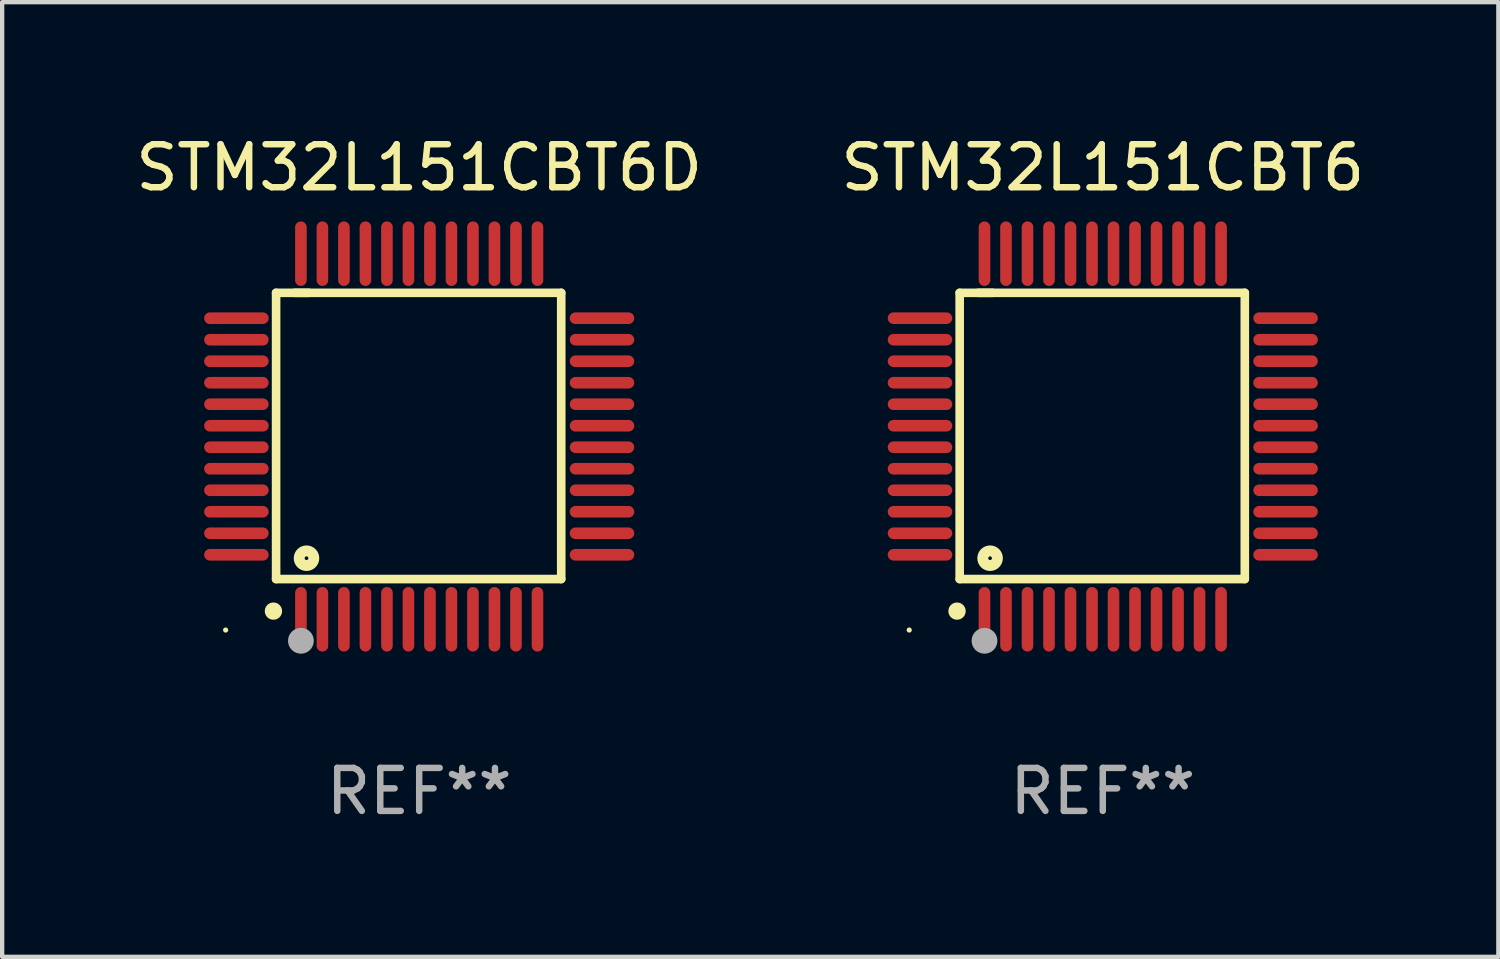
<source format=kicad_pcb>
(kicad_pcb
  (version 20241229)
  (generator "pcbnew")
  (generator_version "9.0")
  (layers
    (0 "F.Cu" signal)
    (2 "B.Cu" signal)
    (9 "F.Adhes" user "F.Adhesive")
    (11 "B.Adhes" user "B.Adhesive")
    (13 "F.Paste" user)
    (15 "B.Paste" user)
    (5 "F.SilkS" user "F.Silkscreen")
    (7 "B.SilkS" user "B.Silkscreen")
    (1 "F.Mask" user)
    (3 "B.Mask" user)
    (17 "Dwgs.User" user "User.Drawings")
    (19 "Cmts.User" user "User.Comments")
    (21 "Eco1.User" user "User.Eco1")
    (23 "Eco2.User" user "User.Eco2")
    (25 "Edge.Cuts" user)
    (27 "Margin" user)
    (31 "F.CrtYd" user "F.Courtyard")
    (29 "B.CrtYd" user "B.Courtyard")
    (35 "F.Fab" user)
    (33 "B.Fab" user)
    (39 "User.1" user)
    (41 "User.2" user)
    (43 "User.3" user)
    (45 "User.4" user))
  (footprint "STM32L151CBT6D"
    (layer "F.Cu")
    (at 6.696 7.098)
    (property "Reference" "STM32L151CBT6D" (at 0 -6.25 0) (layer "F.SilkS") (effects (font (size 1 1) (thickness 0.15))))
    (attr through_hole)
    (fp_line (start -3.327 -3.34) (end -2.565 -3.34) (stroke (width 0.2) (type solid)) (layer "F.SilkS"))
    (fp_line (start -3.327 3.315) (end -3.327 -3.34) (stroke (width 0.2) (type solid)) (layer "F.SilkS"))
    (fp_line (start -2.896 -3.34) (end 3.302 -3.34) (stroke (width 0.2) (type solid)) (layer "F.SilkS"))
    (fp_line (start 3.302 -3.34) (end 3.302 3.315) (stroke (width 0.2) (type solid)) (layer "F.SilkS"))
    (fp_line (start 3.302 3.315) (end -3.327 3.315) (stroke (width 0.2) (type solid)) (layer "F.SilkS"))
    (fp_arc (start -3.389992 4.059995) (mid -3.388722 4.059991) (end -3.387452 4.059995) (stroke (width 0.4) (type solid)) (layer "F.SilkS"))
    (fp_circle (center -4.5 4.5) (end -4.47 4.5) (stroke (width 0.06) (type solid)) (fill no) (layer "F.SilkS"))
    (fp_circle (center -2.62 2.83) (end -2.45 2.83) (stroke (width 0.254) (type solid)) (fill no) (layer "F.SilkS"))
    (fp_circle (center -2.75 4.75) (end -2.6 4.75) (stroke (width 0.3) (type solid)) (fill no) (layer "F.Fab"))
    (fp_text user "REF**" (at 0 8.25 0) (layer "F.Fab") (effects (font (size 1 1) (thickness 0.15))))
    (pad "1" smd oval (at -2.75 4.25) (size 0.27 1.5) (layers "F.Cu" "F.Mask" "F.Paste"))
    (pad "2" smd oval (at -2.25 4.25) (size 0.27 1.5) (layers "F.Cu" "F.Mask" "F.Paste"))
    (pad "3" smd oval (at -1.75 4.25) (size 0.27 1.5) (layers "F.Cu" "F.Mask" "F.Paste"))
    (pad "4" smd oval (at -1.25 4.25) (size 0.27 1.5) (layers "F.Cu" "F.Mask" "F.Paste"))
    (pad "5" smd oval (at -0.75 4.25) (size 0.27 1.5) (layers "F.Cu" "F.Mask" "F.Paste"))
    (pad "6" smd oval (at -0.25 4.25) (size 0.27 1.5) (layers "F.Cu" "F.Mask" "F.Paste"))
    (pad "7" smd oval (at 0.25 4.25) (size 0.27 1.5) (layers "F.Cu" "F.Mask" "F.Paste"))
    (pad "8" smd oval (at 0.75 4.25) (size 0.27 1.5) (layers "F.Cu" "F.Mask" "F.Paste"))
    (pad "9" smd oval (at 1.25 4.25) (size 0.27 1.5) (layers "F.Cu" "F.Mask" "F.Paste"))
    (pad "10" smd oval (at 1.75 4.25) (size 0.27 1.5) (layers "F.Cu" "F.Mask" "F.Paste"))
    (pad "11" smd oval (at 2.25 4.25) (size 0.27 1.5) (layers "F.Cu" "F.Mask" "F.Paste"))
    (pad "12" smd oval (at 2.75 4.25) (size 0.27 1.5) (layers "F.Cu" "F.Mask" "F.Paste"))
    (pad "13" smd oval (at 4.25 2.75) (size 1.5 0.27) (layers "F.Cu" "F.Mask" "F.Paste"))
    (pad "14" smd oval (at 4.25 2.25) (size 1.5 0.27) (layers "F.Cu" "F.Mask" "F.Paste"))
    (pad "15" smd oval (at 4.25 1.75) (size 1.5 0.27) (layers "F.Cu" "F.Mask" "F.Paste"))
    (pad "16" smd oval (at 4.25 1.25) (size 1.5 0.27) (layers "F.Cu" "F.Mask" "F.Paste"))
    (pad "17" smd oval (at 4.25 0.75) (size 1.5 0.27) (layers "F.Cu" "F.Mask" "F.Paste"))
    (pad "18" smd oval (at 4.25 0.25) (size 1.5 0.27) (layers "F.Cu" "F.Mask" "F.Paste"))
    (pad "19" smd oval (at 4.25 -0.25) (size 1.5 0.27) (layers "F.Cu" "F.Mask" "F.Paste"))
    (pad "20" smd oval (at 4.25 -0.75) (size 1.5 0.27) (layers "F.Cu" "F.Mask" "F.Paste"))
    (pad "21" smd oval (at 4.25 -1.25) (size 1.5 0.27) (layers "F.Cu" "F.Mask" "F.Paste"))
    (pad "22" smd oval (at 4.25 -1.75) (size 1.5 0.27) (layers "F.Cu" "F.Mask" "F.Paste"))
    (pad "23" smd oval (at 4.25 -2.25) (size 1.5 0.27) (layers "F.Cu" "F.Mask" "F.Paste"))
    (pad "24" smd oval (at 4.25 -2.75) (size 1.5 0.27) (layers "F.Cu" "F.Mask" "F.Paste"))
    (pad "25" smd oval (at 2.75 -4.25) (size 0.27 1.5) (layers "F.Cu" "F.Mask" "F.Paste"))
    (pad "26" smd oval (at 2.25 -4.25) (size 0.27 1.5) (layers "F.Cu" "F.Mask" "F.Paste"))
    (pad "27" smd oval (at 1.75 -4.25) (size 0.27 1.5) (layers "F.Cu" "F.Mask" "F.Paste"))
    (pad "28" smd oval (at 1.25 -4.25) (size 0.27 1.5) (layers "F.Cu" "F.Mask" "F.Paste"))
    (pad "29" smd oval (at 0.75 -4.25) (size 0.27 1.5) (layers "F.Cu" "F.Mask" "F.Paste"))
    (pad "30" smd oval (at 0.25 -4.25) (size 0.27 1.5) (layers "F.Cu" "F.Mask" "F.Paste"))
    (pad "31" smd oval (at -0.25 -4.25) (size 0.27 1.5) (layers "F.Cu" "F.Mask" "F.Paste"))
    (pad "32" smd oval (at -0.75 -4.25) (size 0.27 1.5) (layers "F.Cu" "F.Mask" "F.Paste"))
    (pad "33" smd oval (at -1.25 -4.25) (size 0.27 1.5) (layers "F.Cu" "F.Mask" "F.Paste"))
    (pad "34" smd oval (at -1.75 -4.25) (size 0.27 1.5) (layers "F.Cu" "F.Mask" "F.Paste"))
    (pad "35" smd oval (at -2.25 -4.25) (size 0.27 1.5) (layers "F.Cu" "F.Mask" "F.Paste"))
    (pad "36" smd oval (at -2.75 -4.25) (size 0.27 1.5) (layers "F.Cu" "F.Mask" "F.Paste"))
    (pad "37" smd oval (at -4.25 -2.75) (size 1.5 0.27) (layers "F.Cu" "F.Mask" "F.Paste"))
    (pad "38" smd oval (at -4.25 -2.25) (size 1.5 0.27) (layers "F.Cu" "F.Mask" "F.Paste"))
    (pad "39" smd oval (at -4.25 -1.75) (size 1.5 0.27) (layers "F.Cu" "F.Mask" "F.Paste"))
    (pad "40" smd oval (at -4.25 -1.25) (size 1.5 0.27) (layers "F.Cu" "F.Mask" "F.Paste"))
    (pad "41" smd oval (at -4.25 -0.75) (size 1.5 0.27) (layers "F.Cu" "F.Mask" "F.Paste"))
    (pad "42" smd oval (at -4.25 -0.25) (size 1.5 0.27) (layers "F.Cu" "F.Mask" "F.Paste"))
    (pad "43" smd oval (at -4.25 0.25) (size 1.5 0.27) (layers "F.Cu" "F.Mask" "F.Paste"))
    (pad "44" smd oval (at -4.25 0.75) (size 1.5 0.27) (layers "F.Cu" "F.Mask" "F.Paste"))
    (pad "45" smd oval (at -4.25 1.25) (size 1.5 0.27) (layers "F.Cu" "F.Mask" "F.Paste"))
    (pad "46" smd oval (at -4.25 1.75) (size 1.5 0.27) (layers "F.Cu" "F.Mask" "F.Paste"))
    (pad "47" smd oval (at -4.25 2.25) (size 1.5 0.27) (layers "F.Cu" "F.Mask" "F.Paste"))
    (pad "48" smd oval (at -4.25 2.75) (size 1.5 0.27) (layers "F.Cu" "F.Mask" "F.Paste")))
  (footprint "STM32L151CBT6"
    (layer "F.Cu")
    (at 22.589 7.098)
    (property "Reference" "STM32L151CBT6" (at 0 -6.25 0) (layer "F.SilkS") (effects (font (size 1 1) (thickness 0.15))))
    (attr through_hole)
    (fp_line (start -3.327 -3.34) (end -2.565 -3.34) (stroke (width 0.2) (type solid)) (layer "F.SilkS"))
    (fp_line (start -3.327 3.315) (end -3.327 -3.34) (stroke (width 0.2) (type solid)) (layer "F.SilkS"))
    (fp_line (start -2.896 -3.34) (end 3.302 -3.34) (stroke (width 0.2) (type solid)) (layer "F.SilkS"))
    (fp_line (start 3.302 -3.34) (end 3.302 3.315) (stroke (width 0.2) (type solid)) (layer "F.SilkS"))
    (fp_line (start 3.302 3.315) (end -3.327 3.315) (stroke (width 0.2) (type solid)) (layer "F.SilkS"))
    (fp_arc (start -3.389992 4.059995) (mid -3.388722 4.059991) (end -3.387452 4.059995) (stroke (width 0.4) (type solid)) (layer "F.SilkS"))
    (fp_circle (center -4.5 4.5) (end -4.47 4.5) (stroke (width 0.06) (type solid)) (fill no) (layer "F.SilkS"))
    (fp_circle (center -2.62 2.83) (end -2.45 2.83) (stroke (width 0.254) (type solid)) (fill no) (layer "F.SilkS"))
    (fp_circle (center -2.75 4.75) (end -2.6 4.75) (stroke (width 0.3) (type solid)) (fill no) (layer "F.Fab"))
    (fp_text user "REF**" (at 0 8.25 0) (layer "F.Fab") (effects (font (size 1 1) (thickness 0.15))))
    (pad "1" smd oval (at -2.75 4.25) (size 0.27 1.5) (layers "F.Cu" "F.Mask" "F.Paste"))
    (pad "2" smd oval (at -2.25 4.25) (size 0.27 1.5) (layers "F.Cu" "F.Mask" "F.Paste"))
    (pad "3" smd oval (at -1.75 4.25) (size 0.27 1.5) (layers "F.Cu" "F.Mask" "F.Paste"))
    (pad "4" smd oval (at -1.25 4.25) (size 0.27 1.5) (layers "F.Cu" "F.Mask" "F.Paste"))
    (pad "5" smd oval (at -0.75 4.25) (size 0.27 1.5) (layers "F.Cu" "F.Mask" "F.Paste"))
    (pad "6" smd oval (at -0.25 4.25) (size 0.27 1.5) (layers "F.Cu" "F.Mask" "F.Paste"))
    (pad "7" smd oval (at 0.25 4.25) (size 0.27 1.5) (layers "F.Cu" "F.Mask" "F.Paste"))
    (pad "8" smd oval (at 0.75 4.25) (size 0.27 1.5) (layers "F.Cu" "F.Mask" "F.Paste"))
    (pad "9" smd oval (at 1.25 4.25) (size 0.27 1.5) (layers "F.Cu" "F.Mask" "F.Paste"))
    (pad "10" smd oval (at 1.75 4.25) (size 0.27 1.5) (layers "F.Cu" "F.Mask" "F.Paste"))
    (pad "11" smd oval (at 2.25 4.25) (size 0.27 1.5) (layers "F.Cu" "F.Mask" "F.Paste"))
    (pad "12" smd oval (at 2.75 4.25) (size 0.27 1.5) (layers "F.Cu" "F.Mask" "F.Paste"))
    (pad "13" smd oval (at 4.25 2.75) (size 1.5 0.27) (layers "F.Cu" "F.Mask" "F.Paste"))
    (pad "14" smd oval (at 4.25 2.25) (size 1.5 0.27) (layers "F.Cu" "F.Mask" "F.Paste"))
    (pad "15" smd oval (at 4.25 1.75) (size 1.5 0.27) (layers "F.Cu" "F.Mask" "F.Paste"))
    (pad "16" smd oval (at 4.25 1.25) (size 1.5 0.27) (layers "F.Cu" "F.Mask" "F.Paste"))
    (pad "17" smd oval (at 4.25 0.75) (size 1.5 0.27) (layers "F.Cu" "F.Mask" "F.Paste"))
    (pad "18" smd oval (at 4.25 0.25) (size 1.5 0.27) (layers "F.Cu" "F.Mask" "F.Paste"))
    (pad "19" smd oval (at 4.25 -0.25) (size 1.5 0.27) (layers "F.Cu" "F.Mask" "F.Paste"))
    (pad "20" smd oval (at 4.25 -0.75) (size 1.5 0.27) (layers "F.Cu" "F.Mask" "F.Paste"))
    (pad "21" smd oval (at 4.25 -1.25) (size 1.5 0.27) (layers "F.Cu" "F.Mask" "F.Paste"))
    (pad "22" smd oval (at 4.25 -1.75) (size 1.5 0.27) (layers "F.Cu" "F.Mask" "F.Paste"))
    (pad "23" smd oval (at 4.25 -2.25) (size 1.5 0.27) (layers "F.Cu" "F.Mask" "F.Paste"))
    (pad "24" smd oval (at 4.25 -2.75) (size 1.5 0.27) (layers "F.Cu" "F.Mask" "F.Paste"))
    (pad "25" smd oval (at 2.75 -4.25) (size 0.27 1.5) (layers "F.Cu" "F.Mask" "F.Paste"))
    (pad "26" smd oval (at 2.25 -4.25) (size 0.27 1.5) (layers "F.Cu" "F.Mask" "F.Paste"))
    (pad "27" smd oval (at 1.75 -4.25) (size 0.27 1.5) (layers "F.Cu" "F.Mask" "F.Paste"))
    (pad "28" smd oval (at 1.25 -4.25) (size 0.27 1.5) (layers "F.Cu" "F.Mask" "F.Paste"))
    (pad "29" smd oval (at 0.75 -4.25) (size 0.27 1.5) (layers "F.Cu" "F.Mask" "F.Paste"))
    (pad "30" smd oval (at 0.25 -4.25) (size 0.27 1.5) (layers "F.Cu" "F.Mask" "F.Paste"))
    (pad "31" smd oval (at -0.25 -4.25) (size 0.27 1.5) (layers "F.Cu" "F.Mask" "F.Paste"))
    (pad "32" smd oval (at -0.75 -4.25) (size 0.27 1.5) (layers "F.Cu" "F.Mask" "F.Paste"))
    (pad "33" smd oval (at -1.25 -4.25) (size 0.27 1.5) (layers "F.Cu" "F.Mask" "F.Paste"))
    (pad "34" smd oval (at -1.75 -4.25) (size 0.27 1.5) (layers "F.Cu" "F.Mask" "F.Paste"))
    (pad "35" smd oval (at -2.25 -4.25) (size 0.27 1.5) (layers "F.Cu" "F.Mask" "F.Paste"))
    (pad "36" smd oval (at -2.75 -4.25) (size 0.27 1.5) (layers "F.Cu" "F.Mask" "F.Paste"))
    (pad "37" smd oval (at -4.25 -2.75) (size 1.5 0.27) (layers "F.Cu" "F.Mask" "F.Paste"))
    (pad "38" smd oval (at -4.25 -2.25) (size 1.5 0.27) (layers "F.Cu" "F.Mask" "F.Paste"))
    (pad "39" smd oval (at -4.25 -1.75) (size 1.5 0.27) (layers "F.Cu" "F.Mask" "F.Paste"))
    (pad "40" smd oval (at -4.25 -1.25) (size 1.5 0.27) (layers "F.Cu" "F.Mask" "F.Paste"))
    (pad "41" smd oval (at -4.25 -0.75) (size 1.5 0.27) (layers "F.Cu" "F.Mask" "F.Paste"))
    (pad "42" smd oval (at -4.25 -0.25) (size 1.5 0.27) (layers "F.Cu" "F.Mask" "F.Paste"))
    (pad "43" smd oval (at -4.25 0.25) (size 1.5 0.27) (layers "F.Cu" "F.Mask" "F.Paste"))
    (pad "44" smd oval (at -4.25 0.75) (size 1.5 0.27) (layers "F.Cu" "F.Mask" "F.Paste"))
    (pad "45" smd oval (at -4.25 1.25) (size 1.5 0.27) (layers "F.Cu" "F.Mask" "F.Paste"))
    (pad "46" smd oval (at -4.25 1.75) (size 1.5 0.27) (layers "F.Cu" "F.Mask" "F.Paste"))
    (pad "47" smd oval (at -4.25 2.25) (size 1.5 0.27) (layers "F.Cu" "F.Mask" "F.Paste"))
    (pad "48" smd oval (at -4.25 2.75) (size 1.5 0.27) (layers "F.Cu" "F.Mask" "F.Paste")))
  (gr_rect
    (start -3 -3)
    (end 31.786 19.196)
    (stroke (width 0.1) (type default))
    (fill no)
    (layer "Edge.Cuts")))
</source>
